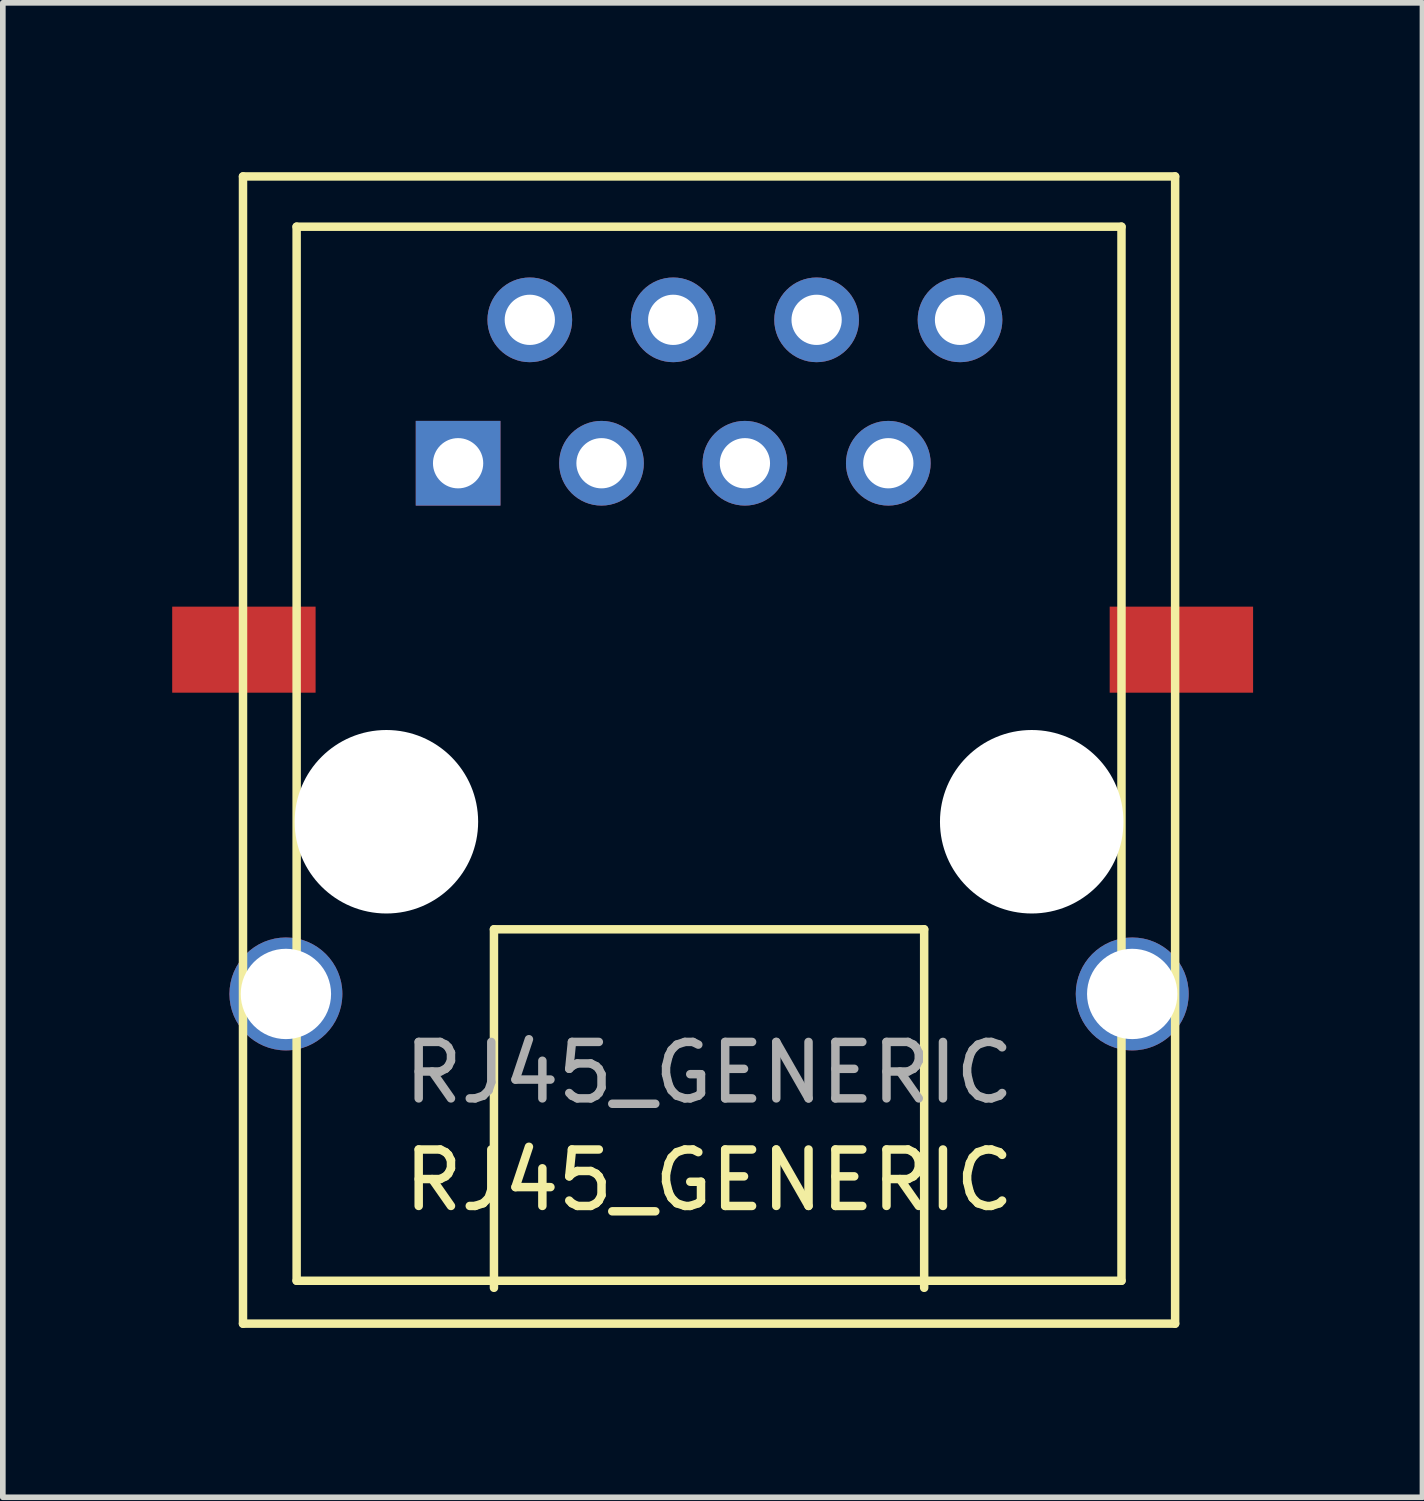
<source format=kicad_pcb>
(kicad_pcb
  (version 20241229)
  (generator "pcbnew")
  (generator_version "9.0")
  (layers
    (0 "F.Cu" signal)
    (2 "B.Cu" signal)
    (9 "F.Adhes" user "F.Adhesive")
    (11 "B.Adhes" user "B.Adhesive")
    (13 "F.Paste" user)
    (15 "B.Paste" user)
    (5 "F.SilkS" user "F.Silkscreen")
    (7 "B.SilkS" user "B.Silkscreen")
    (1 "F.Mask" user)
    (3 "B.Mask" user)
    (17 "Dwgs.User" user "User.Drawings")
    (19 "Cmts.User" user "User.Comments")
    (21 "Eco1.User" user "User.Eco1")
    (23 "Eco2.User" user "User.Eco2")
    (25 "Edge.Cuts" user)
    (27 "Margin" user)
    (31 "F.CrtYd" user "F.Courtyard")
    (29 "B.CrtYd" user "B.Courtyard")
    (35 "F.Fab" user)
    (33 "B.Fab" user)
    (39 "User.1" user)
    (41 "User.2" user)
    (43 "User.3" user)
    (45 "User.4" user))
  (footprint "RJ45_GENERIC"
    (layer "F.Cu")
    (at 9.509 11.505)
    (property "Reference" "RJ45_GENERIC" (at 0 6.35 0) (layer "F.SilkS") (effects (font (size 1 1) (thickness 0.15))))
    (attr through_hole)
    (fp_line (start -8.255 -11.43) (end -8.255 8.89) (stroke (width 0.15) (type solid)) (layer "F.SilkS"))
    (fp_line (start -8.255 8.89) (end 8.255 8.89) (stroke (width 0.15) (type solid)) (layer "F.SilkS"))
    (fp_line (start -7.305 -10.54) (end -7.305 8.13) (stroke (width 0.15) (type solid)) (layer "F.SilkS"))
    (fp_line (start -7.305 8.13) (end 7.305 8.13) (stroke (width 0.15) (type solid)) (layer "F.SilkS"))
    (fp_line (start -3.81 1.905) (end 3.81 1.905) (stroke (width 0.15) (type solid)) (layer "F.SilkS"))
    (fp_line (start -3.81 8.255) (end -3.81 1.905) (stroke (width 0.15) (type solid)) (layer "F.SilkS"))
    (fp_line (start 3.81 1.905) (end 3.81 8.255) (stroke (width 0.15) (type solid)) (layer "F.SilkS"))
    (fp_line (start 7.305 -10.54) (end -7.305 -10.54) (stroke (width 0.15) (type solid)) (layer "F.SilkS"))
    (fp_line (start 7.305 8.13) (end 7.305 -10.54) (stroke (width 0.15) (type solid)) (layer "F.SilkS"))
    (fp_line (start 8.255 -11.43) (end -8.255 -11.43) (stroke (width 0.15) (type solid)) (layer "F.SilkS"))
    (fp_line (start 8.255 8.89) (end 8.255 -11.43) (stroke (width 0.15) (type solid)) (layer "F.SilkS"))
    (fp_text user "${REFERENCE}" (at 0 4.445 0) (layer "F.Fab") (effects (font (size 1 1) (thickness 0.15))))
    (pad "" np_thru_hole circle (at -5.715 0) (size 3.25 3.25) (drill 3.25) (layers "*.Cu" "*.Mask"))
    (pad "" np_thru_hole circle (at 5.715 0) (size 3.25 3.25) (drill 3.25) (layers "*.Cu" "*.Mask"))
    (pad "1" thru_hole rect (at -4.445 -6.35) (size 1.5 1.5) (drill 0.89) (layers "*.Cu" "*.Mask"))
    (pad "2" thru_hole circle (at -3.175 -8.89) (size 1.5 1.5) (drill 0.89) (layers "*.Cu" "*.Mask"))
    (pad "3" thru_hole circle (at -1.905 -6.35) (size 1.5 1.5) (drill 0.89) (layers "*.Cu" "*.Mask"))
    (pad "4" thru_hole circle (at -0.635 -8.89) (size 1.5 1.5) (drill 0.89) (layers "*.Cu" "*.Mask"))
    (pad "5" thru_hole circle (at 0.635 -6.35) (size 1.5 1.5) (drill 0.89) (layers "*.Cu" "*.Mask"))
    (pad "6" thru_hole circle (at 1.905 -8.89) (size 1.5 1.5) (drill 0.89) (layers "*.Cu" "*.Mask"))
    (pad "7" thru_hole circle (at 3.175 -6.35) (size 1.5 1.5) (drill 0.89) (layers "*.Cu" "*.Mask"))
    (pad "8" thru_hole circle (at 4.445 -8.89) (size 1.5 1.5) (drill 0.89) (layers "*.Cu" "*.Mask"))
    (pad "SH" thru_hole circle (at -7.495 3.05) (size 2 2) (drill 1.6) (layers "*.Cu" "*.Mask"))
    (pad "SH" smd rect (at -7.239 -3.048 180) (size 2.54 1.524) (drill (offset 1 0)) (layers "F.Cu" "F.Mask" "F.Paste"))
    (pad "SH" smd rect (at 7.366 -3.048) (size 2.54 1.524) (drill (offset 1 0)) (layers "F.Cu" "F.Mask" "F.Paste"))
    (pad "SH" thru_hole circle (at 7.495 3.05) (size 2 2) (drill 1.6) (layers "*.Cu" "*.Mask")))
  (gr_rect
    (start -3 -3)
    (end 22.145 23.47)
    (stroke (width 0.1) (type default))
    (fill no)
    (layer "Edge.Cuts")))
</source>
